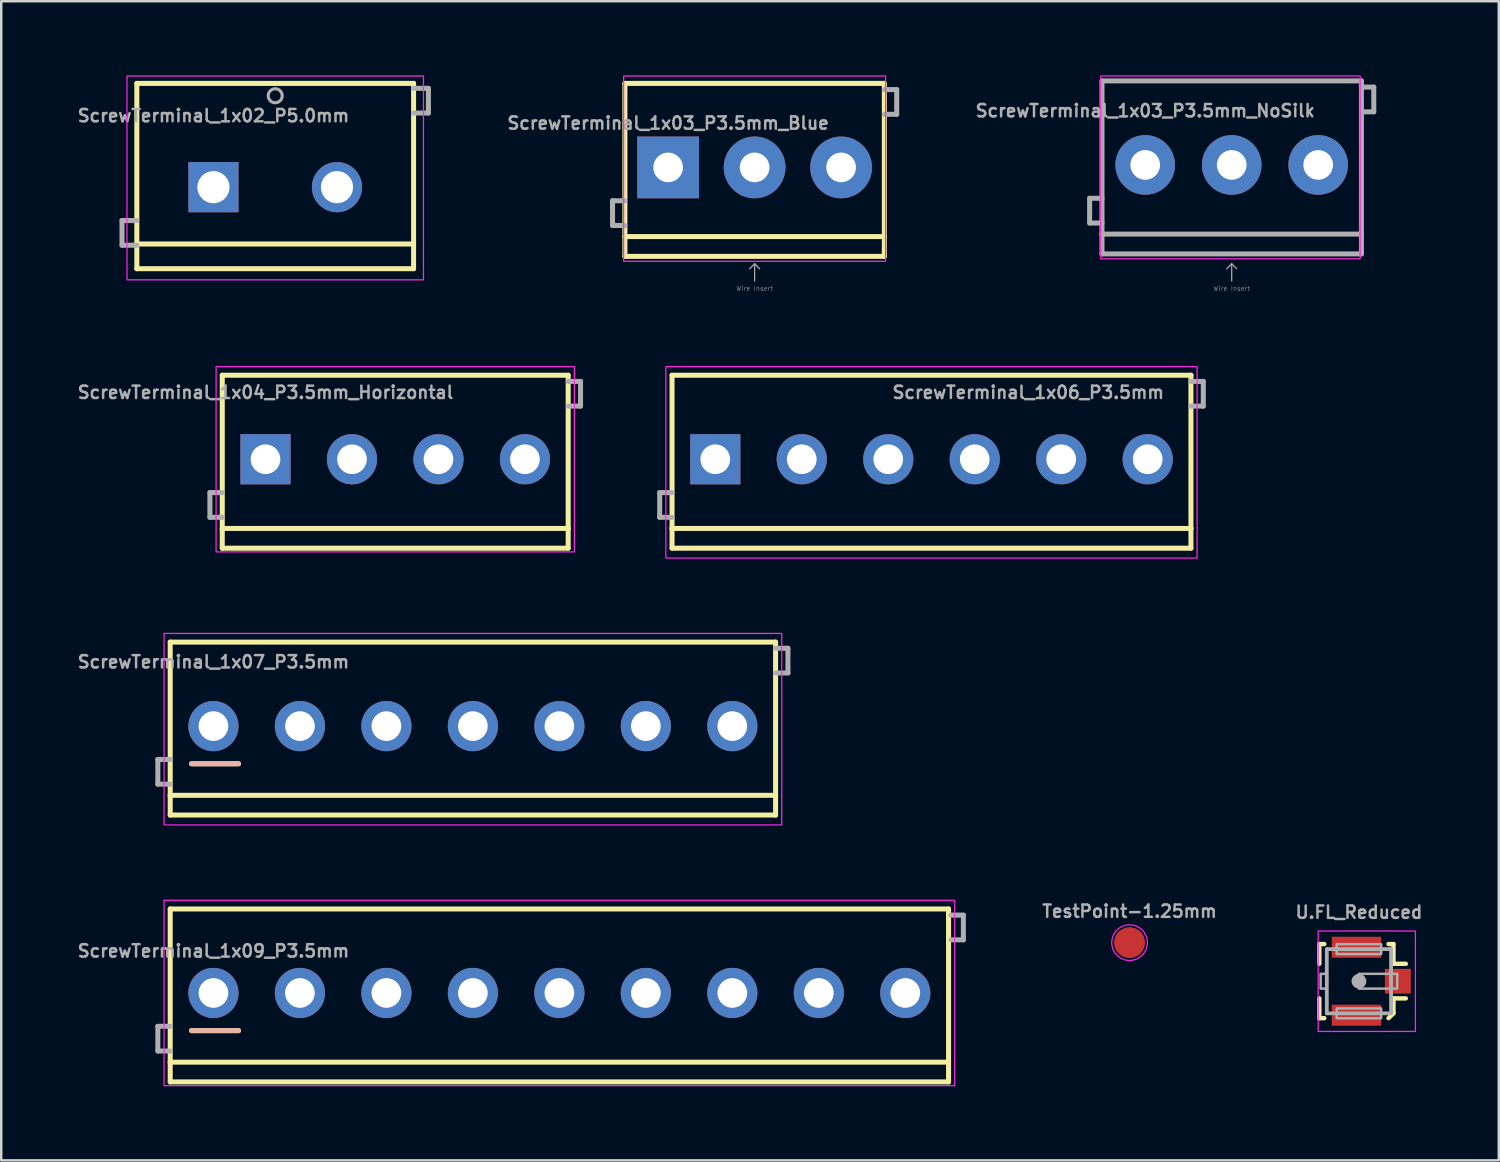
<source format=kicad_pcb>
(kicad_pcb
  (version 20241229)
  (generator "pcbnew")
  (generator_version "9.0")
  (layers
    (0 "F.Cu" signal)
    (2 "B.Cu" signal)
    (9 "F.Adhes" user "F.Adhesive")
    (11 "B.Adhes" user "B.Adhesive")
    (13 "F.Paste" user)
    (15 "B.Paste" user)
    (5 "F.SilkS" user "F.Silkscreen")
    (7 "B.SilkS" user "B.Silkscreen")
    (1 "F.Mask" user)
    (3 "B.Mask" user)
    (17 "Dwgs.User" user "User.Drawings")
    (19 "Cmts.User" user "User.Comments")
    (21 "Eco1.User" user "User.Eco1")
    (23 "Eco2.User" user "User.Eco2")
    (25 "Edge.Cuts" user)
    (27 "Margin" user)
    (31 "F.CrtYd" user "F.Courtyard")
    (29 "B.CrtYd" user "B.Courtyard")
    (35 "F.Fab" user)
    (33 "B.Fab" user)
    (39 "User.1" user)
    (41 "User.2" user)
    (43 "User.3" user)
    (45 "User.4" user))
  (footprint "ScrewTerminal_1x02_P5.0mm"
    (layer "F.Cu")
    (at 5.588 4.525)
    (property "Reference" "ScrewTerminal_1x02_P5.0mm" (at 0 -2.6 0) (layer "F.Fab") (effects (font (size 0.5 0.5) (thickness 0.1)) (justify bottom)))
    (attr through_hole)
    (fp_line (start -3.1 -4.2) (end 8.1 -4.2) (stroke (width 0.203) (type solid)) (layer "F.SilkS"))
    (fp_line (start -3.1 2.3) (end -3.1 -4.2) (stroke (width 0.203) (type solid)) (layer "F.SilkS"))
    (fp_line (start -3.1 3.3) (end -3.1 2.3) (stroke (width 0.203) (type solid)) (layer "F.SilkS"))
    (fp_line (start 8.1 -4.2) (end 8.1 2.3) (stroke (width 0.203) (type solid)) (layer "F.SilkS"))
    (fp_line (start 8.1 2.3) (end -3.1 2.3) (stroke (width 0.203) (type solid)) (layer "F.SilkS"))
    (fp_line (start 8.1 2.3) (end 8.1 3.3) (stroke (width 0.203) (type solid)) (layer "F.SilkS"))
    (fp_line (start 8.1 3.3) (end -3.1 3.3) (stroke (width 0.203) (type solid)) (layer "F.SilkS"))
    (fp_rect (start -3.5 -4.5) (end 8.5 3.75) (stroke (width 0.05) (type default)) (fill no) (layer "F.CrtYd"))
    (fp_line (start -3.7 1.35) (end -3.7 2.35) (stroke (width 0.203) (type solid)) (layer "F.Fab"))
    (fp_line (start -3.7 2.35) (end -3.1 2.35) (stroke (width 0.203) (type solid)) (layer "F.Fab"))
    (fp_line (start -3.1 1.35) (end -3.7 1.35) (stroke (width 0.203) (type solid)) (layer "F.Fab"))
    (fp_line (start 8.1 -4) (end 8.7 -4) (stroke (width 0.203) (type solid)) (layer "F.Fab"))
    (fp_line (start 8.7 -4) (end 8.7 -3) (stroke (width 0.203) (type solid)) (layer "F.Fab"))
    (fp_line (start 8.7 -3) (end 8.1 -3) (stroke (width 0.203) (type solid)) (layer "F.Fab"))
    (fp_circle (center 2.5 -3.7) (end 2.783 -3.7) (stroke (width 0.127) (type solid)) (fill no) (layer "F.Fab"))
    (pad "1" thru_hole rect (at 0 0) (size 2.032 2.032) (drill 1.3) (layers "*.Cu" "*.Mask"))
    (pad "2" thru_hole circle (at 5 0) (size 2.032 2.032) (drill 1.3) (layers "*.Cu" "*.Mask")))
  (footprint "U.FL_Reduced"
    (layer "F.Cu")
    (at 51.947 36.661)
    (property "Reference" "U.FL_Reduced" (at 0 -2.5 0) (layer "F.Fab") (effects (font (size 0.5 0.5) (thickness 0.1) (bold yes)) (justify bottom)))
    (attr smd)
    (fp_line (start -1.603 -1.505) (end -1.403 -1.505) (stroke (width 0.178) (type solid)) (layer "F.SilkS"))
    (fp_line (start -1.603 -0.705) (end -1.603 -1.505) (stroke (width 0.178) (type solid)) (layer "F.SilkS"))
    (fp_line (start -1.603 1.495) (end -1.603 0.695) (stroke (width 0.178) (type solid)) (layer "F.SilkS"))
    (fp_line (start -1.403 1.495) (end -1.603 1.495) (stroke (width 0.178) (type solid)) (layer "F.SilkS"))
    (fp_line (start 1.197 -1.505) (end 1.397 -1.505) (stroke (width 0.178) (type solid)) (layer "F.SilkS"))
    (fp_line (start 1.397 -1.505) (end 1.397 -0.705) (stroke (width 0.178) (type solid)) (layer "F.SilkS"))
    (fp_line (start 1.397 -0.705) (end 1.897 -0.705) (stroke (width 0.178) (type solid)) (layer "F.SilkS"))
    (fp_line (start 1.397 0.695) (end 1.397 1.295) (stroke (width 0.178) (type solid)) (layer "F.SilkS"))
    (fp_line (start 1.397 0.695) (end 1.897 0.695) (stroke (width 0.178) (type solid)) (layer "F.SilkS"))
    (fp_line (start 1.397 1.295) (end 1.197 1.495) (stroke (width 0.178) (type solid)) (layer "F.SilkS"))
    (fp_poly (pts (xy -1.1 -1.05) (xy 0.9 -1.05) (xy 0.9 -1.75) (xy -1.1 -1.75)) (stroke (width 0) (type default)) (fill yes) (layer "F.Paste"))
    (fp_poly (pts (xy -1.1 1.75) (xy 0.9 1.75) (xy 0.9 1.05) (xy -1.1 1.05)) (stroke (width 0) (type default)) (fill yes) (layer "F.Paste"))
    (fp_poly (pts (xy 1.1 0.4) (xy 1.95 0.4) (xy 1.95 -0.4) (xy 1.1 -0.4)) (stroke (width 0) (type default)) (fill yes) (layer "F.Paste"))
    (fp_rect (start -1.651 -2.032) (end 2.286 2.032) (stroke (width 0.05) (type default)) (fill no) (layer "F.CrtYd"))
    (fp_line (start -1.3 -1.3) (end 1.3 -1.3) (stroke (width 0.152) (type solid)) (layer "F.Fab"))
    (fp_line (start -1.3 1.3) (end -1.3 -1.3) (stroke (width 0.152) (type solid)) (layer "F.Fab"))
    (fp_line (start -1.3 1.3) (end 1.3 1.3) (stroke (width 0.152) (type solid)) (layer "F.Fab"))
    (fp_line (start 1.3 1.3) (end 1.3 -1.3) (stroke (width 0.152) (type solid)) (layer "F.Fab"))
    (fp_circle (center 0 0) (end 0.15 0) (stroke (width 0.3) (type solid)) (fill no) (layer "F.Fab"))
    (fp_poly (pts (xy -1.55 0.3) (xy -1.3 0.3) (xy -1.3 -0.3) (xy -1.55 -0.3)) (stroke (width 0.1) (type default)) (fill no) (layer "F.Fab"))
    (fp_poly (pts (xy -0.9 -1.1) (xy 0.9 -1.1) (xy 0.9 -1.5) (xy -0.9 -1.5)) (stroke (width 0.1) (type default)) (fill no) (layer "F.Fab"))
    (fp_poly (pts (xy -0.9 1.5) (xy 0.9 1.5) (xy 0.9 1.1) (xy -0.9 1.1)) (stroke (width 0.1) (type default)) (fill no) (layer "F.Fab"))
    (fp_poly (pts (xy 0 0.3) (xy 1.55 0.3) (xy 1.55 -0.3) (xy 0 -0.3)) (stroke (width 0.1) (type default)) (fill no) (layer "F.Fab"))
    (pad "1" smd rect (at 1.575 0) (size 1.05 1) (layers "F.Cu" "F.Mask"))
    (pad "2" smd rect (at -0.1 -1.375) (size 2 0.85) (layers "F.Cu" "F.Mask"))
    (pad "2" smd rect (at -0.1 1.375) (size 2 0.85) (layers "F.Cu" "F.Mask"))
    (zone (net_name "") (layer "F.Cu") (hatch edge 0.5) (connect_pads) (min_thickness 0.25) (filled_areas_thickness no) (keepout (tracks not_allowed) (vias not_allowed) (pads not_allowed) (copperpour not_allowed) (footprints allowed)) (placement (enabled no)) (fill) (polygon (pts (xy 50.804 37.423) (xy 52.709 37.423) (xy 52.709 35.899) (xy 50.804 35.899)))))
  (footprint "ScrewTerminal_1x03_P3.5mm_Blue"
    (layer "F.Cu")
    (at 23.99 3.725)
    (property "Reference" "ScrewTerminal_1x03_P3.5mm_Blue" (at 0 -1.5 0) (layer "F.Fab") (effects (font (size 0.5 0.5) (thickness 0.1)) (justify bottom)))
    (attr through_hole)
    (fp_line (start -1.75 -3.4) (end 8.75 -3.4) (stroke (width 0.203) (type solid)) (layer "F.SilkS"))
    (fp_line (start -1.75 2.8) (end -1.75 -3.4) (stroke (width 0.203) (type solid)) (layer "F.SilkS"))
    (fp_line (start -1.75 3.6) (end -1.75 2.8) (stroke (width 0.203) (type solid)) (layer "F.SilkS"))
    (fp_line (start 8.75 -3.4) (end 8.75 2.8) (stroke (width 0.203) (type solid)) (layer "F.SilkS"))
    (fp_line (start 8.75 2.8) (end -1.75 2.8) (stroke (width 0.203) (type solid)) (layer "F.SilkS"))
    (fp_line (start 8.75 2.8) (end 8.75 3.6) (stroke (width 0.203) (type solid)) (layer "F.SilkS"))
    (fp_line (start 8.75 3.6) (end -1.75 3.6) (stroke (width 0.203) (type solid)) (layer "F.SilkS"))
    (fp_rect (start -1.8 -3.7) (end 8.8 3.8) (stroke (width 0.05) (type default)) (fill no) (layer "F.CrtYd"))
    (fp_line (start -2.25 1.35) (end -2.25 2.35) (stroke (width 0.203) (type solid)) (layer "F.Fab"))
    (fp_line (start -2.25 2.35) (end -1.75 2.35) (stroke (width 0.203) (type solid)) (layer "F.Fab"))
    (fp_line (start -1.75 1.35) (end -2.25 1.35) (stroke (width 0.203) (type solid)) (layer "F.Fab"))
    (fp_line (start 3.5 3.9) (end 3.3 4.1) (stroke (width 0.05) (type solid)) (layer "F.Fab"))
    (fp_line (start 3.5 3.9) (end 3.7 4.1) (stroke (width 0.05) (type solid)) (layer "F.Fab"))
    (fp_line (start 3.5 4.6) (end 3.5 3.9) (stroke (width 0.05) (type solid)) (layer "F.Fab"))
    (fp_line (start 8.75 -3.15) (end 9.25 -3.15) (stroke (width 0.203) (type solid)) (layer "F.Fab"))
    (fp_line (start 9.25 -3.15) (end 9.25 -2.15) (stroke (width 0.203) (type solid)) (layer "F.Fab"))
    (fp_line (start 9.25 -2.15) (end 8.75 -2.15) (stroke (width 0.203) (type solid)) (layer "F.Fab"))
    (fp_text user "Wire Insert" (at 3.5 4.9 180) (layer "F.Fab") (effects (font (size 0.184 0.184) (thickness 0.016))))
    (pad "1" thru_hole rect (at 0 0) (size 2.5 2.5) (drill 1.2) (layers "*.Cu" "*.Mask"))
    (pad "2" thru_hole circle (at 3.5 0) (size 2.5 2.5) (drill 1.2) (layers "*.Cu" "*.Mask"))
    (pad "3" thru_hole circle (at 7 0) (size 2.5 2.5) (drill 1.2) (layers "*.Cu" "*.Mask")))
  (footprint "ScrewTerminal_1x04_P3.5mm_Horizontal"
    (layer "F.Cu")
    (at 7.695 15.536)
    (property "Reference" "ScrewTerminal_1x04_P3.5mm_Horizontal" (at 0 -2.413 0) (layer "F.Fab") (effects (font (size 0.5 0.5) (thickness 0.1)) (justify bottom)))
    (attr through_hole)
    (fp_line (start -1.75 -3.4) (end 12.25 -3.4) (stroke (width 0.203) (type solid)) (layer "F.SilkS"))
    (fp_line (start -1.75 2.8) (end -1.75 -3.4) (stroke (width 0.203) (type solid)) (layer "F.SilkS"))
    (fp_line (start -1.75 3.6) (end -1.75 2.8) (stroke (width 0.203) (type solid)) (layer "F.SilkS"))
    (fp_line (start 12.25 -3.4) (end 12.25 2.8) (stroke (width 0.203) (type solid)) (layer "F.SilkS"))
    (fp_line (start 12.25 2.8) (end -1.75 2.8) (stroke (width 0.203) (type solid)) (layer "F.SilkS"))
    (fp_line (start 12.25 2.8) (end 12.25 3.6) (stroke (width 0.203) (type solid)) (layer "F.SilkS"))
    (fp_line (start 12.25 3.6) (end -1.75 3.6) (stroke (width 0.203) (type solid)) (layer "F.SilkS"))
    (fp_rect (start -2 -3.75) (end 12.5 3.75) (stroke (width 0.05) (type default)) (fill no) (layer "F.CrtYd"))
    (fp_line (start -2.25 1.35) (end -2.25 2.35) (stroke (width 0.203) (type solid)) (layer "F.Fab"))
    (fp_line (start -2.25 2.35) (end -1.75 2.35) (stroke (width 0.203) (type solid)) (layer "F.Fab"))
    (fp_line (start -1.75 1.35) (end -2.25 1.35) (stroke (width 0.203) (type solid)) (layer "F.Fab"))
    (fp_line (start 12.25 -3.15) (end 12.75 -3.15) (stroke (width 0.203) (type solid)) (layer "F.Fab"))
    (fp_line (start 12.75 -3.15) (end 12.75 -2.15) (stroke (width 0.203) (type solid)) (layer "F.Fab"))
    (fp_line (start 12.75 -2.15) (end 12.25 -2.15) (stroke (width 0.203) (type solid)) (layer "F.Fab"))
    (fp_circle (center 0 0) (end 0.425 0) (stroke (width 0.001) (type solid)) (fill no) (layer "F.Fab"))
    (fp_circle (center 3.5 0) (end 3.925 0) (stroke (width 0.001) (type solid)) (fill no) (layer "F.Fab"))
    (fp_circle (center 7 0) (end 7.425 0) (stroke (width 0.001) (type solid)) (fill no) (layer "F.Fab"))
    (fp_circle (center 10.5 0) (end 10.925 0) (stroke (width 0.001) (type solid)) (fill no) (layer "F.Fab"))
    (pad "1" thru_hole rect (at 0 0) (size 2.032 2.032) (drill 1.2) (layers "*.Cu" "*.Mask"))
    (pad "2" thru_hole circle (at 3.5 0) (size 2.032 2.032) (drill 1.2) (layers "*.Cu" "*.Mask"))
    (pad "3" thru_hole circle (at 7 0) (size 2.032 2.032) (drill 1.2) (layers "*.Cu" "*.Mask"))
    (pad "4" thru_hole circle (at 10.5 0) (size 2.032 2.032) (drill 1.2) (layers "*.Cu" "*.Mask")))
  (footprint "ScrewTerminal_1x03_P3.5mm_NoSilk"
    (layer "F.Cu")
    (at 43.298 3.625)
    (property "Reference" "ScrewTerminal_1x03_P3.5mm_NoSilk" (at 0 -1.9 0) (layer "F.Fab") (effects (font (size 0.5 0.5) (thickness 0.1)) (justify bottom)))
    (attr through_hole)
    (fp_rect (start -1.8 -3.6) (end 8.7 3.8) (stroke (width 0.05) (type default)) (fill no) (layer "F.CrtYd"))
    (fp_line (start -2.25 1.35) (end -2.25 2.35) (stroke (width 0.203) (type solid)) (layer "F.Fab"))
    (fp_line (start -2.25 2.35) (end -1.75 2.35) (stroke (width 0.203) (type solid)) (layer "F.Fab"))
    (fp_line (start -1.75 -3.4) (end 8.75 -3.4) (stroke (width 0.203) (type solid)) (layer "F.Fab"))
    (fp_line (start -1.75 1.35) (end -2.25 1.35) (stroke (width 0.203) (type solid)) (layer "F.Fab"))
    (fp_line (start -1.75 2.8) (end -1.75 -3.4) (stroke (width 0.203) (type solid)) (layer "F.Fab"))
    (fp_line (start -1.75 3.6) (end -1.75 2.8) (stroke (width 0.203) (type solid)) (layer "F.Fab"))
    (fp_line (start 3.5 4) (end 3.3 4.2) (stroke (width 0.05) (type solid)) (layer "F.Fab"))
    (fp_line (start 3.5 4) (end 3.7 4.2) (stroke (width 0.05) (type solid)) (layer "F.Fab"))
    (fp_line (start 3.5 4.7) (end 3.5 4) (stroke (width 0.05) (type solid)) (layer "F.Fab"))
    (fp_line (start 8.75 -3.4) (end 8.75 2.8) (stroke (width 0.203) (type solid)) (layer "F.Fab"))
    (fp_line (start 8.75 -3.15) (end 9.25 -3.15) (stroke (width 0.203) (type solid)) (layer "F.Fab"))
    (fp_line (start 8.75 2.8) (end -1.75 2.8) (stroke (width 0.203) (type solid)) (layer "F.Fab"))
    (fp_line (start 8.75 2.8) (end 8.75 3.6) (stroke (width 0.203) (type solid)) (layer "F.Fab"))
    (fp_line (start 8.75 3.6) (end -1.75 3.6) (stroke (width 0.203) (type solid)) (layer "F.Fab"))
    (fp_line (start 9.25 -3.15) (end 9.25 -2.15) (stroke (width 0.203) (type solid)) (layer "F.Fab"))
    (fp_line (start 9.25 -2.15) (end 8.75 -2.15) (stroke (width 0.203) (type solid)) (layer "F.Fab"))
    (fp_text user "Wire Insert" (at 3.5 5 180) (layer "F.Fab") (effects (font (size 0.184 0.184) (thickness 0.016))))
    (pad "1" thru_hole circle (at 0 0) (size 2.413 2.413) (drill 1.2) (layers "*.Cu" "*.Mask"))
    (pad "2" thru_hole circle (at 3.5 0) (size 2.413 2.413) (drill 1.2) (layers "*.Cu" "*.Mask"))
    (pad "3" thru_hole circle (at 7 0) (size 2.413 2.413) (drill 1.2) (layers "*.Cu" "*.Mask")))
  (footprint "ScrewTerminal_1x06_P3.5mm"
    (layer "F.Cu")
    (at 25.898 15.536)
    (property "Reference" "ScrewTerminal_1x06_P3.5mm" (at 7.112 -2.413 0) (layer "F.Fab") (effects (font (size 0.5 0.5) (thickness 0.1)) (justify left bottom)))
    (attr through_hole)
    (fp_line (start -1.75 -3.4) (end 19.25 -3.4) (stroke (width 0.203) (type solid)) (layer "F.SilkS"))
    (fp_line (start -1.75 2.8) (end -1.75 -3.4) (stroke (width 0.203) (type solid)) (layer "F.SilkS"))
    (fp_line (start -1.75 3.6) (end -1.75 2.8) (stroke (width 0.203) (type solid)) (layer "F.SilkS"))
    (fp_line (start 19.25 -3.4) (end 19.25 2.8) (stroke (width 0.203) (type solid)) (layer "F.SilkS"))
    (fp_line (start 19.25 2.8) (end -1.75 2.8) (stroke (width 0.203) (type solid)) (layer "F.SilkS"))
    (fp_line (start 19.25 2.8) (end 19.25 3.6) (stroke (width 0.203) (type solid)) (layer "F.SilkS"))
    (fp_line (start 19.25 3.6) (end -1.75 3.6) (stroke (width 0.203) (type solid)) (layer "F.SilkS"))
    (fp_rect (start -2 -3.75) (end 19.5 4) (stroke (width 0.05) (type default)) (fill no) (layer "F.CrtYd"))
    (fp_line (start -2.25 1.35) (end -2.25 2.35) (stroke (width 0.203) (type solid)) (layer "F.Fab"))
    (fp_line (start -2.25 2.35) (end -1.75 2.35) (stroke (width 0.203) (type solid)) (layer "F.Fab"))
    (fp_line (start -1.75 1.35) (end -2.25 1.35) (stroke (width 0.203) (type solid)) (layer "F.Fab"))
    (fp_line (start 19.25 -3.15) (end 19.75 -3.15) (stroke (width 0.203) (type solid)) (layer "F.Fab"))
    (fp_line (start 19.75 -3.15) (end 19.75 -2.15) (stroke (width 0.203) (type solid)) (layer "F.Fab"))
    (fp_line (start 19.75 -2.15) (end 19.25 -2.15) (stroke (width 0.203) (type solid)) (layer "F.Fab"))
    (pad "1" thru_hole rect (at 0 0) (size 2.032 2.032) (drill 1.2) (layers "*.Cu" "*.Mask"))
    (pad "2" thru_hole circle (at 3.5 0) (size 2.032 2.032) (drill 1.2) (layers "*.Cu" "*.Mask"))
    (pad "3" thru_hole circle (at 7 0) (size 2.032 2.032) (drill 1.2) (layers "*.Cu" "*.Mask"))
    (pad "4" thru_hole circle (at 10.5 0) (size 2.032 2.032) (drill 1.2) (layers "*.Cu" "*.Mask"))
    (pad "5" thru_hole circle (at 14 0) (size 2.032 2.032) (drill 1.2) (layers "*.Cu" "*.Mask"))
    (pad "6" thru_hole circle (at 17.5 0) (size 2.032 2.032) (drill 1.2) (layers "*.Cu" "*.Mask")))
  (footprint "TestPoint-1.25mm"
    (layer "F.Cu")
    (at 42.664 35.099)
    (property "Reference" "TestPoint-1.25mm" (at 0 -1.27 0) (layer "F.Fab") (effects (font (size 0.5 0.5) (thickness 0.1) (bold yes))))
    (fp_circle (center 0 0) (end -0.6 0.4) (stroke (width 0.05) (type default)) (fill no) (layer "F.CrtYd"))
    (pad "1" smd roundrect (at 0 0) (size 1.25 1.25) (layers "F.Cu" "F.Mask") (roundrect_rratio 0.5)))
  (footprint "ScrewTerminal_1x07_P3.5mm"
    (layer "F.Cu")
    (at 5.588 26.336)
    (property "Reference" "ScrewTerminal_1x07_P3.5mm" (at 0 -2.6 0) (layer "F.Fab") (effects (font (size 0.5 0.5) (thickness 0.1))))
    (attr through_hole)
    (fp_line (start -1.75 -3.4) (end 22.75 -3.4) (stroke (width 0.203) (type solid)) (layer "F.SilkS"))
    (fp_line (start -1.75 2.8) (end -1.75 -3.4) (stroke (width 0.203) (type solid)) (layer "F.SilkS"))
    (fp_line (start -1.75 3.6) (end -1.75 2.8) (stroke (width 0.203) (type solid)) (layer "F.SilkS"))
    (fp_line (start 1.016 1.524) (end -0.889 1.524) (stroke (width 0.203) (type solid)) (layer "F.SilkS"))
    (fp_line (start 22.75 -3.4) (end 22.75 2.8) (stroke (width 0.203) (type solid)) (layer "F.SilkS"))
    (fp_line (start 22.75 2.8) (end -1.75 2.8) (stroke (width 0.203) (type solid)) (layer "F.SilkS"))
    (fp_line (start 22.75 2.8) (end 22.75 3.6) (stroke (width 0.203) (type solid)) (layer "F.SilkS"))
    (fp_line (start 22.75 3.6) (end -1.75 3.6) (stroke (width 0.203) (type solid)) (layer "F.SilkS"))
    (fp_line (start -0.889 1.524) (end 1.016 1.524) (stroke (width 0.203) (type solid)) (layer "B.SilkS"))
    (fp_rect (start -2 -3.75) (end 23 4) (stroke (width 0.05) (type default)) (fill no) (layer "F.CrtYd"))
    (fp_line (start -2.25 1.35) (end -2.25 2.35) (stroke (width 0.203) (type solid)) (layer "F.Fab"))
    (fp_line (start -2.25 2.35) (end -1.75 2.35) (stroke (width 0.203) (type solid)) (layer "F.Fab"))
    (fp_line (start -1.75 1.35) (end -2.25 1.35) (stroke (width 0.203) (type solid)) (layer "F.Fab"))
    (fp_line (start 22.75 -3.15) (end 23.25 -3.15) (stroke (width 0.203) (type solid)) (layer "F.Fab"))
    (fp_line (start 23.25 -3.15) (end 23.25 -2.15) (stroke (width 0.203) (type solid)) (layer "F.Fab"))
    (fp_line (start 23.25 -2.15) (end 22.75 -2.15) (stroke (width 0.203) (type solid)) (layer "F.Fab"))
    (pad "1" thru_hole circle (at 0 0) (size 2.032 2.032) (drill 1.2) (layers "*.Cu" "*.Mask"))
    (pad "2" thru_hole circle (at 3.5 0) (size 2.032 2.032) (drill 1.2) (layers "*.Cu" "*.Mask"))
    (pad "3" thru_hole circle (at 7 0) (size 2.032 2.032) (drill 1.2) (layers "*.Cu" "*.Mask"))
    (pad "4" thru_hole circle (at 10.5 0) (size 2.032 2.032) (drill 1.2) (layers "*.Cu" "*.Mask"))
    (pad "5" thru_hole circle (at 14 0) (size 2.032 2.032) (drill 1.2) (layers "*.Cu" "*.Mask"))
    (pad "6" thru_hole circle (at 17.5 0) (size 2.032 2.032) (drill 1.2) (layers "*.Cu" "*.Mask"))
    (pad "7" thru_hole circle (at 21 0) (size 2.032 2.032) (drill 1.2) (layers "*.Cu" "*.Mask")))
  (footprint "ScrewTerminal_1x09_P3.5mm"
    (layer "F.Cu")
    (at 5.588 37.136)
    (property "Reference" "ScrewTerminal_1x09_P3.5mm" (at 0 -1.7 0) (layer "F.Fab") (effects (font (size 0.5 0.5) (thickness 0.1))))
    (attr through_hole)
    (fp_line (start -1.75 -3.4) (end 29.75 -3.4) (stroke (width 0.203) (type solid)) (layer "F.SilkS"))
    (fp_line (start -1.75 2.8) (end -1.75 -3.4) (stroke (width 0.203) (type solid)) (layer "F.SilkS"))
    (fp_line (start -1.75 3.6) (end -1.75 2.8) (stroke (width 0.203) (type solid)) (layer "F.SilkS"))
    (fp_line (start 1.016 1.524) (end -0.889 1.524) (stroke (width 0.203) (type solid)) (layer "F.SilkS"))
    (fp_line (start 29.75 -3.4) (end 29.75 2.8) (stroke (width 0.203) (type solid)) (layer "F.SilkS"))
    (fp_line (start 29.75 2.8) (end -1.75 2.8) (stroke (width 0.203) (type solid)) (layer "F.SilkS"))
    (fp_line (start 29.75 2.8) (end 29.75 3.6) (stroke (width 0.203) (type solid)) (layer "F.SilkS"))
    (fp_line (start 29.75 3.6) (end -1.75 3.6) (stroke (width 0.203) (type solid)) (layer "F.SilkS"))
    (fp_line (start -0.889 1.524) (end 1.016 1.524) (stroke (width 0.203) (type solid)) (layer "B.SilkS"))
    (fp_rect (start -2 -3.75) (end 30 3.75) (stroke (width 0.05) (type default)) (fill no) (layer "F.CrtYd"))
    (fp_line (start -2.25 1.35) (end -2.25 2.35) (stroke (width 0.203) (type solid)) (layer "F.Fab"))
    (fp_line (start -2.25 2.35) (end -1.75 2.35) (stroke (width 0.203) (type solid)) (layer "F.Fab"))
    (fp_line (start -1.75 1.35) (end -2.25 1.35) (stroke (width 0.203) (type solid)) (layer "F.Fab"))
    (fp_line (start 29.85 -3.15) (end 30.35 -3.15) (stroke (width 0.203) (type solid)) (layer "F.Fab"))
    (fp_line (start 30.35 -3.15) (end 30.35 -2.15) (stroke (width 0.203) (type solid)) (layer "F.Fab"))
    (fp_line (start 30.35 -2.15) (end 29.85 -2.15) (stroke (width 0.203) (type solid)) (layer "F.Fab"))
    (pad "1" thru_hole circle (at 0 0) (size 2.032 2.032) (drill 1.2) (layers "*.Cu" "*.Mask"))
    (pad "2" thru_hole circle (at 3.5 0) (size 2.032 2.032) (drill 1.2) (layers "*.Cu" "*.Mask"))
    (pad "3" thru_hole circle (at 7 0) (size 2.032 2.032) (drill 1.2) (layers "*.Cu" "*.Mask"))
    (pad "4" thru_hole circle (at 10.5 0) (size 2.032 2.032) (drill 1.2) (layers "*.Cu" "*.Mask"))
    (pad "5" thru_hole circle (at 14 0) (size 2.032 2.032) (drill 1.2) (layers "*.Cu" "*.Mask"))
    (pad "6" thru_hole circle (at 17.5 0) (size 2.032 2.032) (drill 1.2) (layers "*.Cu" "*.Mask"))
    (pad "7" thru_hole circle (at 21 0) (size 2.032 2.032) (drill 1.2) (layers "*.Cu" "*.Mask"))
    (pad "8" thru_hole circle (at 24.5 0) (size 2.032 2.032) (drill 1.2) (layers "*.Cu" "*.Mask"))
    (pad "9" thru_hole circle (at 28 0) (size 2.032 2.032) (drill 1.2) (layers "*.Cu" "*.Mask")))
  (gr_rect
    (start -3 -3)
    (end 57.606 43.911)
    (stroke (width 0.1) (type default))
    (fill no)
    (layer "Edge.Cuts")))
</source>
